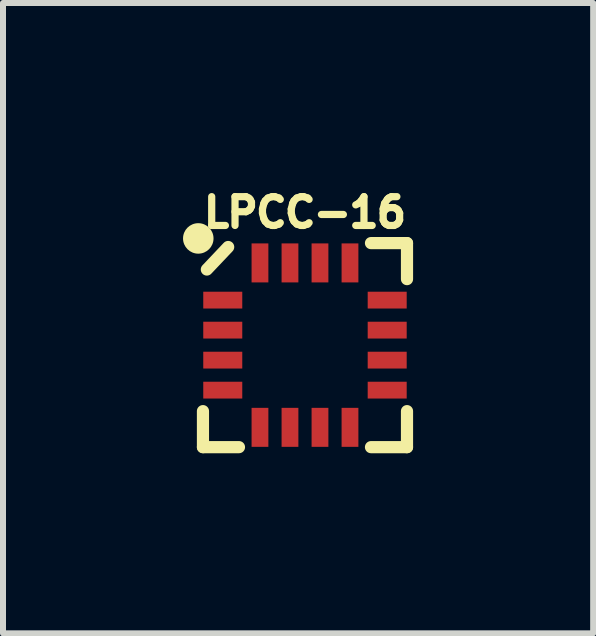
<source format=kicad_pcb>
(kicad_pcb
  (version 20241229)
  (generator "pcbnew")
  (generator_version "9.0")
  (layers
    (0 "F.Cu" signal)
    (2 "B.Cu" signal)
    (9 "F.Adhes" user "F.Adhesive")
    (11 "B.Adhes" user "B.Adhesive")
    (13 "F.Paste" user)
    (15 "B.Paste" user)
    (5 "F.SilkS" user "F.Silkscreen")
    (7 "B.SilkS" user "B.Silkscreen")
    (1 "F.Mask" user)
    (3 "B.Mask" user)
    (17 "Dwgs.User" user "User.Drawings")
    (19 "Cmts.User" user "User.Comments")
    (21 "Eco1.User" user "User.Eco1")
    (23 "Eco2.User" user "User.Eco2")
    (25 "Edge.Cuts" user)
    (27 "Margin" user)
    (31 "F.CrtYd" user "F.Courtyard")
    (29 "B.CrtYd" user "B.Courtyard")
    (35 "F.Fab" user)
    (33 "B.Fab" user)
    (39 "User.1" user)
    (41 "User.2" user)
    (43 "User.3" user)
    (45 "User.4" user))
  (footprint "LPCC-16"
    (layer "F.Cu")
    (at 2.032 2.701)
    (property "Reference" "LPCC-16" (at 0 -2.21 0) (layer "F.SilkS") (effects (font (size 0.48 0.48) (thickness 0.15))))
    (attr through_hole)
    (fp_line (start -1.7 1.7) (end -1.7 1.1) (stroke (width 0.203) (type solid)) (layer "F.SilkS"))
    (fp_line (start -1.7 1.7) (end -1.1 1.7) (stroke (width 0.203) (type solid)) (layer "F.SilkS"))
    (fp_line (start -1.28 -1.635) (end -1.635 -1.26) (stroke (width 0.203) (type solid)) (layer "F.SilkS"))
    (fp_line (start 1.1 1.7) (end 1.7 1.7) (stroke (width 0.203) (type solid)) (layer "F.SilkS"))
    (fp_line (start 1.7 -1.7) (end 1.1 -1.7) (stroke (width 0.203) (type solid)) (layer "F.SilkS"))
    (fp_line (start 1.7 -1.1) (end 1.7 -1.7) (stroke (width 0.203) (type solid)) (layer "F.SilkS"))
    (fp_line (start 1.7 1.7) (end 1.7 1.1) (stroke (width 0.203) (type solid)) (layer "F.SilkS"))
    (fp_circle (center -1.778 -1.778) (end -1.524 -1.778) (stroke (width 0) (type solid)) (fill yes) (layer "F.SilkS"))
    (pad "1" smd rect (at -1.37 -0.75) (size 0.65 0.28) (layers "F.Cu" "F.Mask" "F.Paste"))
    (pad "2" smd rect (at -1.37 -0.25) (size 0.65 0.28) (layers "F.Cu" "F.Mask" "F.Paste"))
    (pad "3" smd rect (at -1.37 0.25) (size 0.65 0.28) (layers "F.Cu" "F.Mask" "F.Paste"))
    (pad "4" smd rect (at -1.37 0.75) (size 0.65 0.28) (layers "F.Cu" "F.Mask" "F.Paste"))
    (pad "5" smd rect (at -0.75 1.37 270) (size 0.65 0.28) (layers "F.Cu" "F.Mask" "F.Paste"))
    (pad "6" smd rect (at -0.25 1.37 90) (size 0.65 0.28) (layers "F.Cu" "F.Mask" "F.Paste"))
    (pad "7" smd rect (at 0.25 1.37 90) (size 0.65 0.28) (layers "F.Cu" "F.Mask" "F.Paste"))
    (pad "8" smd rect (at 0.75 1.37 90) (size 0.65 0.28) (layers "F.Cu" "F.Mask" "F.Paste"))
    (pad "9" smd rect (at 1.37 0.75) (size 0.65 0.28) (layers "F.Cu" "F.Mask" "F.Paste"))
    (pad "10" smd rect (at 1.37 0.25) (size 0.65 0.28) (layers "F.Cu" "F.Mask" "F.Paste"))
    (pad "11" smd rect (at 1.37 -0.25) (size 0.65 0.28) (layers "F.Cu" "F.Mask" "F.Paste"))
    (pad "12" smd rect (at 1.37 -0.75) (size 0.65 0.28) (layers "F.Cu" "F.Mask" "F.Paste"))
    (pad "13" smd rect (at 0.75 -1.37 90) (size 0.65 0.28) (layers "F.Cu" "F.Mask" "F.Paste"))
    (pad "14" smd rect (at 0.25 -1.37 90) (size 0.65 0.28) (layers "F.Cu" "F.Mask" "F.Paste"))
    (pad "15" smd rect (at -0.25 -1.37 90) (size 0.65 0.28) (layers "F.Cu" "F.Mask" "F.Paste"))
    (pad "16" smd rect (at -0.75 -1.37 90) (size 0.65 0.28) (layers "F.Cu" "F.Mask" "F.Paste")))
  (gr_rect
    (start -3 -3)
    (end 6.834 7.503)
    (stroke (width 0.1) (type default))
    (fill no)
    (layer "Edge.Cuts")))
</source>
